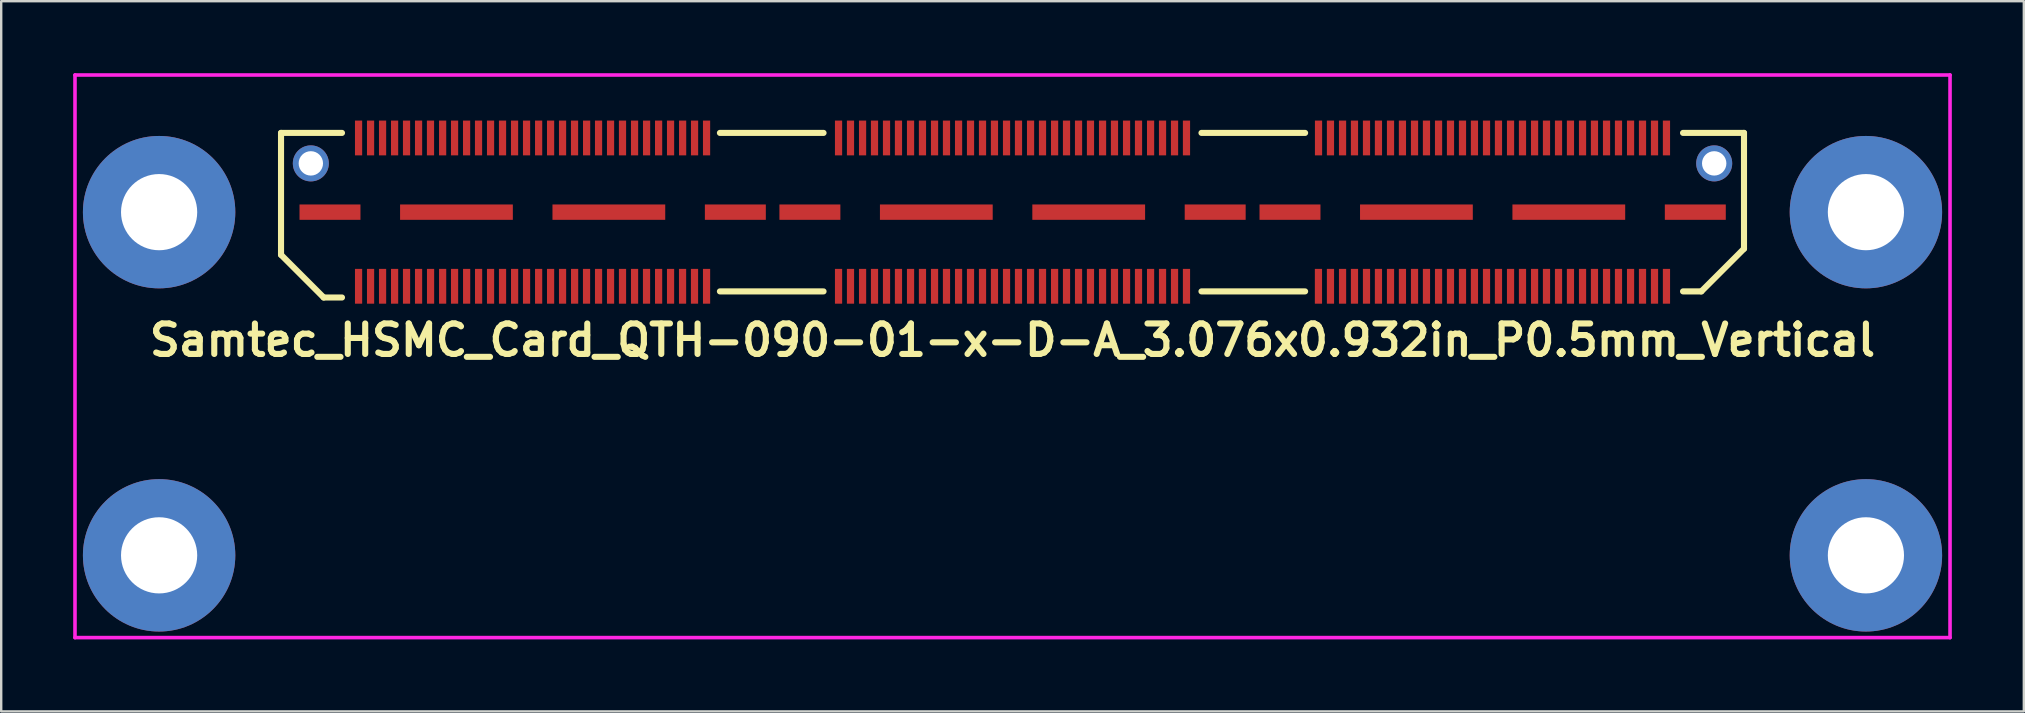
<source format=kicad_pcb>
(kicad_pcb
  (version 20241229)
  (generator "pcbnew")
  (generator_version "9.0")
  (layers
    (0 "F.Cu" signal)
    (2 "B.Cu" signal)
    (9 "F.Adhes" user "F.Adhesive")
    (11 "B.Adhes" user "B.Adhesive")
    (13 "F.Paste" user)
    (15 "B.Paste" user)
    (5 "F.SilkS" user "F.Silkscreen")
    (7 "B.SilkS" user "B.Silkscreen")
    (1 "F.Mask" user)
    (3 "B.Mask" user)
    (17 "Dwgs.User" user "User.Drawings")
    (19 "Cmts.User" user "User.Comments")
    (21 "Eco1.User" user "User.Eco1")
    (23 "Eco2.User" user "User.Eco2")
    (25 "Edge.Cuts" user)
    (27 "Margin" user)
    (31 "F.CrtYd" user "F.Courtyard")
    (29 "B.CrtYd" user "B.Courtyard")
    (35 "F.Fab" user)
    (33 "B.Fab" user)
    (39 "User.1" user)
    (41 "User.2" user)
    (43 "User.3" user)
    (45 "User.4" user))
  (footprint "Samtec_HSMC_Card_QTH-090-01-x-D-A_3.076x0.932in_P0.5mm_Vertical"
    (layer "F.Cu")
    (at 39.14 5.79)
    (property "Reference" "Samtec_HSMC_Card_QTH-090-01-x-D-A_3.076x0.932in_P0.5mm_Vertical" (at 0 5.334 0) (layer "F.SilkS") (effects (font (size 1.27 1.27) (thickness 0.254))))
    (attr smd)
    (fp_line (start -30.48 -3.302) (end -30.48 1.778) (stroke (width 0.254) (type solid)) (layer "F.SilkS"))
    (fp_line (start -30.48 1.778) (end -28.702 3.556) (stroke (width 0.254) (type solid)) (layer "F.SilkS"))
    (fp_line (start -28.702 3.556) (end -27.94 3.556) (stroke (width 0.254) (type solid)) (layer "F.SilkS"))
    (fp_line (start -27.94 -3.302) (end -30.48 -3.302) (stroke (width 0.254) (type solid)) (layer "F.SilkS"))
    (fp_line (start -12.192 3.302) (end -7.874 3.302) (stroke (width 0.254) (type solid)) (layer "F.SilkS"))
    (fp_line (start -7.874 -3.302) (end -12.192 -3.302) (stroke (width 0.254) (type solid)) (layer "F.SilkS"))
    (fp_line (start 7.874 3.302) (end 12.192 3.302) (stroke (width 0.254) (type solid)) (layer "F.SilkS"))
    (fp_line (start 12.192 -3.302) (end 7.874 -3.302) (stroke (width 0.254) (type solid)) (layer "F.SilkS"))
    (fp_line (start 27.94 -3.302) (end 30.48 -3.302) (stroke (width 0.254) (type solid)) (layer "F.SilkS"))
    (fp_line (start 27.94 3.302) (end 28.702 3.302) (stroke (width 0.254) (type solid)) (layer "F.SilkS"))
    (fp_line (start 28.702 3.302) (end 30.48 1.524) (stroke (width 0.254) (type solid)) (layer "F.SilkS"))
    (fp_line (start 30.48 -3.302) (end 30.48 1.524) (stroke (width 0.254) (type solid)) (layer "F.SilkS"))
    (fp_line (start -39.065 -5.715) (end -39.065 17.729) (stroke (width 0.15) (type solid)) (layer "F.CrtYd"))
    (fp_line (start -39.065 -5.715) (end 39.065 -5.715) (stroke (width 0.15) (type solid)) (layer "F.CrtYd"))
    (fp_line (start -39.065 17.729) (end 39.065 17.729) (stroke (width 0.15) (type solid)) (layer "F.CrtYd"))
    (fp_line (start 39.065 -5.715) (end 39.065 17.729) (stroke (width 0.15) (type solid)) (layer "F.CrtYd"))
    (pad "" np_thru_hole circle (at -35.56 0) (size 6.35 6.35) (drill 3.175) (layers "*.Cu" "*.Mask"))
    (pad "" np_thru_hole circle (at -35.56 14.3) (size 6.35 6.35) (drill 3.175) (layers "*.Cu" "*.Mask"))
    (pad "" np_thru_hole circle (at -29.238 -2.032) (size 1.501 1.501) (drill 1.016) (layers "*.Cu" "*.Mask"))
    (pad "" smd rect (at -26.249 -3.091) (size 0.3 1.45) (layers "F.Cu" "F.Mask" "F.Paste"))
    (pad "" smd rect (at -26.249 3.089) (size 0.3 1.45) (layers "F.Cu" "F.Mask" "F.Paste"))
    (pad "" smd rect (at -24.749 -3.091) (size 0.3 1.45) (layers "F.Cu" "F.Mask" "F.Paste"))
    (pad "" smd rect (at -24.749 3.089) (size 0.3 1.45) (layers "F.Cu" "F.Mask" "F.Paste"))
    (pad "" smd rect (at -23.249 -3.091) (size 0.3 1.45) (layers "F.Cu" "F.Mask" "F.Paste"))
    (pad "" smd rect (at -23.249 3.089) (size 0.3 1.45) (layers "F.Cu" "F.Mask" "F.Paste"))
    (pad "" smd rect (at -21.749 -3.091) (size 0.3 1.45) (layers "F.Cu" "F.Mask" "F.Paste"))
    (pad "" smd rect (at -21.749 3.089) (size 0.3 1.45) (layers "F.Cu" "F.Mask" "F.Paste"))
    (pad "" smd rect (at -20.249 -3.091) (size 0.3 1.45) (layers "F.Cu" "F.Mask" "F.Paste"))
    (pad "" smd rect (at -20.249 3.089) (size 0.3 1.45) (layers "F.Cu" "F.Mask" "F.Paste"))
    (pad "" smd rect (at -18.749 -3.091) (size 0.3 1.45) (layers "F.Cu" "F.Mask" "F.Paste"))
    (pad "" smd rect (at -18.749 3.089) (size 0.3 1.45) (layers "F.Cu" "F.Mask" "F.Paste"))
    (pad "" smd rect (at -17.249 -3.091) (size 0.3 1.45) (layers "F.Cu" "F.Mask" "F.Paste"))
    (pad "" smd rect (at -17.249 3.089) (size 0.3 1.45) (layers "F.Cu" "F.Mask" "F.Paste"))
    (pad "" smd rect (at -15.749 -3.091) (size 0.3 1.45) (layers "F.Cu" "F.Mask" "F.Paste"))
    (pad "" smd rect (at -15.749 3.089) (size 0.3 1.45) (layers "F.Cu" "F.Mask" "F.Paste"))
    (pad "" smd rect (at -14.249 -3.091) (size 0.3 1.45) (layers "F.Cu" "F.Mask" "F.Paste"))
    (pad "" smd rect (at -14.249 3.089) (size 0.3 1.45) (layers "F.Cu" "F.Mask" "F.Paste"))
    (pad "" smd rect (at -12.749 3.089) (size 0.3 1.45) (layers "F.Cu" "F.Mask" "F.Paste"))
    (pad "" smd rect (at -12.749 -3.091) (size 0.3 1.45) (layers "F.Cu" "F.Mask" "F.Paste"))
    (pad "" np_thru_hole circle (at 29.238 -2.032) (size 1.501 1.501) (drill 1.016) (layers "*.Cu" "*.Mask"))
    (pad "" np_thru_hole circle (at 35.56 0) (size 6.35 6.35) (drill 3.175) (layers "*.Cu" "*.Mask"))
    (pad "" np_thru_hole circle (at 35.56 14.3) (size 6.35 6.35) (drill 3.175) (layers "*.Cu" "*.Mask"))
    (pad "1" smd rect (at -27.249 -3.091) (size 0.3 1.45) (layers "F.Cu" "F.Mask" "F.Paste"))
    (pad "2" smd rect (at -27.249 3.089) (size 0.3 1.45) (layers "F.Cu" "F.Mask" "F.Paste"))
    (pad "3" smd rect (at -26.749 -3.091) (size 0.3 1.45) (layers "F.Cu" "F.Mask" "F.Paste"))
    (pad "4" smd rect (at -26.749 3.089) (size 0.3 1.45) (layers "F.Cu" "F.Mask" "F.Paste"))
    (pad "5" smd rect (at -25.748 -3.091) (size 0.3 1.45) (layers "F.Cu" "F.Mask" "F.Paste"))
    (pad "6" smd rect (at -25.748 3.089) (size 0.3 1.45) (layers "F.Cu" "F.Mask" "F.Paste"))
    (pad "7" smd rect (at -25.25 -3.091) (size 0.3 1.45) (layers "F.Cu" "F.Mask" "F.Paste"))
    (pad "8" smd rect (at -25.25 3.089) (size 0.3 1.45) (layers "F.Cu" "F.Mask" "F.Paste"))
    (pad "9" smd rect (at -24.252 -3.091) (size 0.3 1.45) (layers "F.Cu" "F.Mask" "F.Paste"))
    (pad "10" smd rect (at -24.249 3.089) (size 0.3 1.45) (layers "F.Cu" "F.Mask" "F.Paste"))
    (pad "11" smd rect (at -23.746 -3.091) (size 0.3 1.45) (layers "F.Cu" "F.Mask" "F.Paste"))
    (pad "12" smd rect (at -23.746 3.089) (size 0.3 1.45) (layers "F.Cu" "F.Mask" "F.Paste"))
    (pad "13" smd rect (at -22.748 -3.091) (size 0.3 1.45) (layers "F.Cu" "F.Mask" "F.Paste"))
    (pad "14" smd rect (at -22.746 3.089) (size 0.3 1.45) (layers "F.Cu" "F.Mask" "F.Paste"))
    (pad "15" smd rect (at -22.25 -3.091) (size 0.3 1.45) (layers "F.Cu" "F.Mask" "F.Paste"))
    (pad "16" smd rect (at -22.248 3.089) (size 0.3 1.45) (layers "F.Cu" "F.Mask" "F.Paste"))
    (pad "17" smd rect (at -21.25 -3.091) (size 0.3 1.45) (layers "F.Cu" "F.Mask" "F.Paste"))
    (pad "18" smd rect (at -21.25 3.089) (size 0.3 1.45) (layers "F.Cu" "F.Mask" "F.Paste"))
    (pad "19" smd rect (at -20.749 -3.091) (size 0.3 1.45) (layers "F.Cu" "F.Mask" "F.Paste"))
    (pad "20" smd rect (at -20.747 3.089) (size 0.3 1.45) (layers "F.Cu" "F.Mask" "F.Paste"))
    (pad "21" smd rect (at -19.746 -3.091) (size 0.3 1.45) (layers "F.Cu" "F.Mask" "F.Paste"))
    (pad "22" smd rect (at -19.746 3.089) (size 0.3 1.45) (layers "F.Cu" "F.Mask" "F.Paste"))
    (pad "23" smd rect (at -19.248 -3.091) (size 0.3 1.45) (layers "F.Cu" "F.Mask" "F.Paste"))
    (pad "24" smd rect (at -19.248 3.089) (size 0.3 1.45) (layers "F.Cu" "F.Mask" "F.Paste"))
    (pad "25" smd rect (at -18.25 -3.091) (size 0.3 1.45) (layers "F.Cu" "F.Mask" "F.Paste"))
    (pad "26" smd rect (at -18.247 3.089) (size 0.3 1.45) (layers "F.Cu" "F.Mask" "F.Paste"))
    (pad "27" smd rect (at -17.747 -3.091) (size 0.3 1.45) (layers "F.Cu" "F.Mask" "F.Paste"))
    (pad "28" smd rect (at -17.75 3.089) (size 0.3 1.45) (layers "F.Cu" "F.Mask" "F.Paste"))
    (pad "29" smd rect (at -16.749 -3.091) (size 0.3 1.45) (layers "F.Cu" "F.Mask" "F.Paste"))
    (pad "30" smd rect (at -16.749 3.089) (size 0.3 1.45) (layers "F.Cu" "F.Mask" "F.Paste"))
    (pad "31" smd rect (at -16.251 -3.091) (size 0.3 1.45) (layers "F.Cu" "F.Mask" "F.Paste"))
    (pad "32" smd rect (at -16.251 3.089) (size 0.3 1.45) (layers "F.Cu" "F.Mask" "F.Paste"))
    (pad "33" smd rect (at -15.248 -3.091) (size 0.3 1.45) (layers "F.Cu" "F.Mask" "F.Paste"))
    (pad "34" smd rect (at -15.25 3.089) (size 0.3 1.45) (layers "F.Cu" "F.Mask" "F.Paste"))
    (pad "35" smd rect (at -14.747 -3.091) (size 0.3 1.45) (layers "F.Cu" "F.Mask" "F.Paste"))
    (pad "36" smd rect (at -14.747 3.089) (size 0.3 1.45) (layers "F.Cu" "F.Mask" "F.Paste"))
    (pad "37" smd rect (at -13.746 -3.091) (size 0.3 1.45) (layers "F.Cu" "F.Mask" "F.Paste"))
    (pad "38" smd rect (at -13.749 3.089) (size 0.3 1.45) (layers "F.Cu" "F.Mask" "F.Paste"))
    (pad "39" smd rect (at -13.249 -3.091) (size 0.3 1.45) (layers "F.Cu" "F.Mask" "F.Paste"))
    (pad "40" smd rect (at -13.251 3.089) (size 0.3 1.45) (layers "F.Cu" "F.Mask" "F.Paste"))
    (pad "41" smd rect (at -7.249 -3.091) (size 0.3 1.45) (layers "F.Cu" "F.Mask" "F.Paste"))
    (pad "42" smd rect (at -7.249 3.089) (size 0.3 1.45) (layers "F.Cu" "F.Mask" "F.Paste"))
    (pad "43" smd rect (at -6.751 -3.091) (size 0.3 1.45) (layers "F.Cu" "F.Mask" "F.Paste"))
    (pad "44" smd rect (at -6.751 3.089) (size 0.3 1.45) (layers "F.Cu" "F.Mask" "F.Paste"))
    (pad "45" smd rect (at -6.248 -3.091) (size 0.3 1.45) (layers "F.Cu" "F.Mask" "F.Paste"))
    (pad "46" smd rect (at -6.248 3.089) (size 0.3 1.45) (layers "F.Cu" "F.Mask" "F.Paste"))
    (pad "47" smd rect (at -5.751 -3.091) (size 0.3 1.45) (layers "F.Cu" "F.Mask" "F.Paste"))
    (pad "48" smd rect (at -5.751 3.089) (size 0.3 1.45) (layers "F.Cu" "F.Mask" "F.Paste"))
    (pad "49" smd rect (at -5.25 -3.091) (size 0.3 1.45) (layers "F.Cu" "F.Mask" "F.Paste"))
    (pad "50" smd rect (at -5.25 3.089) (size 0.3 1.45) (layers "F.Cu" "F.Mask" "F.Paste"))
    (pad "51" smd rect (at -4.752 -3.091) (size 0.3 1.45) (layers "F.Cu" "F.Mask" "F.Paste"))
    (pad "52" smd rect (at -4.752 3.089) (size 0.3 1.45) (layers "F.Cu" "F.Mask" "F.Paste"))
    (pad "53" smd rect (at -4.249 -3.091) (size 0.3 1.45) (layers "F.Cu" "F.Mask" "F.Paste"))
    (pad "54" smd rect (at -4.249 3.089) (size 0.3 1.45) (layers "F.Cu" "F.Mask" "F.Paste"))
    (pad "55" smd rect (at -3.752 -3.091) (size 0.3 1.45) (layers "F.Cu" "F.Mask" "F.Paste"))
    (pad "56" smd rect (at -3.752 3.089) (size 0.3 1.45) (layers "F.Cu" "F.Mask" "F.Paste"))
    (pad "57" smd rect (at -3.249 -3.091) (size 0.3 1.45) (layers "F.Cu" "F.Mask" "F.Paste"))
    (pad "58" smd rect (at -3.249 3.089) (size 0.3 1.45) (layers "F.Cu" "F.Mask" "F.Paste"))
    (pad "59" smd rect (at -2.751 -3.091) (size 0.3 1.45) (layers "F.Cu" "F.Mask" "F.Paste"))
    (pad "60" smd rect (at -2.751 3.089) (size 0.3 1.45) (layers "F.Cu" "F.Mask" "F.Paste"))
    (pad "61" smd rect (at -2.248 -3.091) (size 0.3 1.45) (layers "F.Cu" "F.Mask" "F.Paste"))
    (pad "62" smd rect (at -2.248 3.089) (size 0.3 1.45) (layers "F.Cu" "F.Mask" "F.Paste"))
    (pad "63" smd rect (at -1.75 -3.091) (size 0.3 1.45) (layers "F.Cu" "F.Mask" "F.Paste"))
    (pad "64" smd rect (at -1.75 3.089) (size 0.3 1.45) (layers "F.Cu" "F.Mask" "F.Paste"))
    (pad "65" smd rect (at -1.25 -3.091) (size 0.3 1.45) (layers "F.Cu" "F.Mask" "F.Paste"))
    (pad "66" smd rect (at -1.25 3.089) (size 0.3 1.45) (layers "F.Cu" "F.Mask" "F.Paste"))
    (pad "67" smd rect (at -0.752 -3.091) (size 0.3 1.45) (layers "F.Cu" "F.Mask" "F.Paste"))
    (pad "68" smd rect (at -0.752 3.089) (size 0.3 1.45) (layers "F.Cu" "F.Mask" "F.Paste"))
    (pad "69" smd rect (at -0.249 -3.091) (size 0.3 1.45) (layers "F.Cu" "F.Mask" "F.Paste"))
    (pad "70" smd rect (at -0.249 3.089) (size 0.3 1.45) (layers "F.Cu" "F.Mask" "F.Paste"))
    (pad "71" smd rect (at 0.249 -3.091) (size 0.3 1.45) (layers "F.Cu" "F.Mask" "F.Paste"))
    (pad "72" smd rect (at 0.249 3.089) (size 0.3 1.45) (layers "F.Cu" "F.Mask" "F.Paste"))
    (pad "73" smd rect (at 0.752 -3.091) (size 0.3 1.45) (layers "F.Cu" "F.Mask" "F.Paste"))
    (pad "74" smd rect (at 0.752 3.089) (size 0.3 1.45) (layers "F.Cu" "F.Mask" "F.Paste"))
    (pad "75" smd rect (at 1.25 -3.091) (size 0.3 1.45) (layers "F.Cu" "F.Mask" "F.Paste"))
    (pad "76" smd rect (at 1.25 3.089) (size 0.3 1.45) (layers "F.Cu" "F.Mask" "F.Paste"))
    (pad "77" smd rect (at 1.753 -3.091) (size 0.3 1.45) (layers "F.Cu" "F.Mask" "F.Paste"))
    (pad "78" smd rect (at 1.753 3.089) (size 0.3 1.45) (layers "F.Cu" "F.Mask" "F.Paste"))
    (pad "79" smd rect (at 2.25 -3.091) (size 0.3 1.45) (layers "F.Cu" "F.Mask" "F.Paste"))
    (pad "80" smd rect (at 2.25 3.089) (size 0.3 1.45) (layers "F.Cu" "F.Mask" "F.Paste"))
    (pad "81" smd rect (at 2.751 -3.091) (size 0.3 1.45) (layers "F.Cu" "F.Mask" "F.Paste"))
    (pad "82" smd rect (at 2.751 3.089) (size 0.3 1.45) (layers "F.Cu" "F.Mask" "F.Paste"))
    (pad "83" smd rect (at 3.249 -3.091) (size 0.3 1.45) (layers "F.Cu" "F.Mask" "F.Paste"))
    (pad "84" smd rect (at 3.249 3.089) (size 0.3 1.45) (layers "F.Cu" "F.Mask" "F.Paste"))
    (pad "85" smd rect (at 3.752 -3.091) (size 0.3 1.45) (layers "F.Cu" "F.Mask" "F.Paste"))
    (pad "86" smd rect (at 3.752 3.089) (size 0.3 1.45) (layers "F.Cu" "F.Mask" "F.Paste"))
    (pad "87" smd rect (at 4.249 -3.091) (size 0.3 1.45) (layers "F.Cu" "F.Mask" "F.Paste"))
    (pad "88" smd rect (at 4.249 3.089) (size 0.3 1.45) (layers "F.Cu" "F.Mask" "F.Paste"))
    (pad "89" smd rect (at 4.752 -3.091) (size 0.3 1.45) (layers "F.Cu" "F.Mask" "F.Paste"))
    (pad "90" smd rect (at 4.752 3.089) (size 0.3 1.45) (layers "F.Cu" "F.Mask" "F.Paste"))
    (pad "91" smd rect (at 5.25 -3.091) (size 0.3 1.45) (layers "F.Cu" "F.Mask" "F.Paste"))
    (pad "92" smd rect (at 5.25 3.089) (size 0.3 1.45) (layers "F.Cu" "F.Mask" "F.Paste"))
    (pad "93" smd rect (at 5.753 -3.091) (size 0.3 1.45) (layers "F.Cu" "F.Mask" "F.Paste"))
    (pad "94" smd rect (at 5.753 3.089) (size 0.3 1.45) (layers "F.Cu" "F.Mask" "F.Paste"))
    (pad "95" smd rect (at 6.251 -3.091) (size 0.3 1.45) (layers "F.Cu" "F.Mask" "F.Paste"))
    (pad "96" smd rect (at 6.251 3.089) (size 0.3 1.45) (layers "F.Cu" "F.Mask" "F.Paste"))
    (pad "97" smd rect (at 6.751 -3.091) (size 0.3 1.45) (layers "F.Cu" "F.Mask" "F.Paste"))
    (pad "98" smd rect (at 6.751 3.089) (size 0.3 1.45) (layers "F.Cu" "F.Mask" "F.Paste"))
    (pad "99" smd rect (at 7.249 -3.091) (size 0.3 1.45) (layers "F.Cu" "F.Mask" "F.Paste"))
    (pad "100" smd rect (at 7.249 3.089) (size 0.3 1.45) (layers "F.Cu" "F.Mask" "F.Paste"))
    (pad "101" smd rect (at 12.751 -3.091) (size 0.3 1.45) (layers "F.Cu" "F.Mask" "F.Paste"))
    (pad "102" smd rect (at 12.748 3.089) (size 0.3 1.45) (layers "F.Cu" "F.Mask" "F.Paste"))
    (pad "103" smd rect (at 13.249 -3.091) (size 0.3 1.45) (layers "F.Cu" "F.Mask" "F.Paste"))
    (pad "104" smd rect (at 13.249 3.089) (size 0.3 1.45) (layers "F.Cu" "F.Mask" "F.Paste"))
    (pad "105" smd rect (at 13.752 -3.091) (size 0.3 1.45) (layers "F.Cu" "F.Mask" "F.Paste"))
    (pad "106" smd rect (at 13.752 3.089) (size 0.3 1.45) (layers "F.Cu" "F.Mask" "F.Paste"))
    (pad "107" smd rect (at 14.249 -3.091) (size 0.3 1.45) (layers "F.Cu" "F.Mask" "F.Paste"))
    (pad "108" smd rect (at 14.249 3.089) (size 0.3 1.45) (layers "F.Cu" "F.Mask" "F.Paste"))
    (pad "109" smd rect (at 14.75 -3.091) (size 0.3 1.45) (layers "F.Cu" "F.Mask" "F.Paste"))
    (pad "110" smd rect (at 14.75 3.089) (size 0.3 1.45) (layers "F.Cu" "F.Mask" "F.Paste"))
    (pad "111" smd rect (at 15.248 -3.091) (size 0.3 1.45) (layers "F.Cu" "F.Mask" "F.Paste"))
    (pad "112" smd rect (at 15.248 3.089) (size 0.3 1.45) (layers "F.Cu" "F.Mask" "F.Paste"))
    (pad "113" smd rect (at 15.751 -3.091) (size 0.3 1.45) (layers "F.Cu" "F.Mask" "F.Paste"))
    (pad "114" smd rect (at 15.751 3.089) (size 0.3 1.45) (layers "F.Cu" "F.Mask" "F.Paste"))
    (pad "115" smd rect (at 16.248 -3.091) (size 0.3 1.45) (layers "F.Cu" "F.Mask" "F.Paste"))
    (pad "116" smd rect (at 16.248 3.089) (size 0.3 1.45) (layers "F.Cu" "F.Mask" "F.Paste"))
    (pad "117" smd rect (at 16.751 -3.091) (size 0.3 1.45) (layers "F.Cu" "F.Mask" "F.Paste"))
    (pad "118" smd rect (at 16.751 3.089) (size 0.3 1.45) (layers "F.Cu" "F.Mask" "F.Paste"))
    (pad "119" smd rect (at 17.249 -3.091) (size 0.3 1.45) (layers "F.Cu" "F.Mask" "F.Paste"))
    (pad "120" smd rect (at 17.249 3.089) (size 0.3 1.45) (layers "F.Cu" "F.Mask" "F.Paste"))
    (pad "121" smd rect (at 17.752 -3.091) (size 0.3 1.45) (layers "F.Cu" "F.Mask" "F.Paste"))
    (pad "122" smd rect (at 17.752 3.089) (size 0.3 1.45) (layers "F.Cu" "F.Mask" "F.Paste"))
    (pad "123" smd rect (at 18.25 -3.091) (size 0.3 1.45) (layers "F.Cu" "F.Mask" "F.Paste"))
    (pad "124" smd rect (at 18.25 3.089) (size 0.3 1.45) (layers "F.Cu" "F.Mask" "F.Paste"))
    (pad "125" smd rect (at 18.75 -3.091) (size 0.3 1.45) (layers "F.Cu" "F.Mask" "F.Paste"))
    (pad "126" smd rect (at 18.75 3.089) (size 0.3 1.45) (layers "F.Cu" "F.Mask" "F.Paste"))
    (pad "127" smd rect (at 19.248 -3.091) (size 0.3 1.45) (layers "F.Cu" "F.Mask" "F.Paste"))
    (pad "128" smd rect (at 19.248 3.089) (size 0.3 1.45) (layers "F.Cu" "F.Mask" "F.Paste"))
    (pad "129" smd rect (at 19.751 -3.091) (size 0.3 1.45) (layers "F.Cu" "F.Mask" "F.Paste"))
    (pad "130" smd rect (at 19.751 3.089) (size 0.3 1.45) (layers "F.Cu" "F.Mask" "F.Paste"))
    (pad "131" smd rect (at 20.249 -3.091) (size 0.3 1.45) (layers "F.Cu" "F.Mask" "F.Paste"))
    (pad "132" smd rect (at 20.249 3.089) (size 0.3 1.45) (layers "F.Cu" "F.Mask" "F.Paste"))
    (pad "133" smd rect (at 20.752 -3.091) (size 0.3 1.45) (layers "F.Cu" "F.Mask" "F.Paste"))
    (pad "134" smd rect (at 20.752 3.089) (size 0.3 1.45) (layers "F.Cu" "F.Mask" "F.Paste"))
    (pad "135" smd rect (at 21.25 -3.091) (size 0.3 1.45) (layers "F.Cu" "F.Mask" "F.Paste"))
    (pad "136" smd rect (at 21.25 3.089) (size 0.3 1.45) (layers "F.Cu" "F.Mask" "F.Paste"))
    (pad "137" smd rect (at 21.753 -3.091) (size 0.3 1.45) (layers "F.Cu" "F.Mask" "F.Paste"))
    (pad "138" smd rect (at 21.753 3.089) (size 0.3 1.45) (layers "F.Cu" "F.Mask" "F.Paste"))
    (pad "139" smd rect (at 22.25 -3.091) (size 0.3 1.45) (layers "F.Cu" "F.Mask" "F.Paste"))
    (pad "140" smd rect (at 22.25 3.089) (size 0.3 1.45) (layers "F.Cu" "F.Mask" "F.Paste"))
    (pad "141" smd rect (at 22.751 -3.091) (size 0.3 1.45) (layers "F.Cu" "F.Mask" "F.Paste"))
    (pad "142" smd rect (at 22.751 3.089) (size 0.3 1.45) (layers "F.Cu" "F.Mask" "F.Paste"))
    (pad "143" smd rect (at 23.249 -3.091) (size 0.3 1.45) (layers "F.Cu" "F.Mask" "F.Paste"))
    (pad "144" smd rect (at 23.249 3.089) (size 0.3 1.45) (layers "F.Cu" "F.Mask" "F.Paste"))
    (pad "145" smd rect (at 23.752 -3.091) (size 0.3 1.45) (layers "F.Cu" "F.Mask" "F.Paste"))
    (pad "146" smd rect (at 23.752 3.089) (size 0.3 1.45) (layers "F.Cu" "F.Mask" "F.Paste"))
    (pad "147" smd rect (at 24.249 -3.091) (size 0.3 1.45) (layers "F.Cu" "F.Mask" "F.Paste"))
    (pad "148" smd rect (at 24.249 3.089) (size 0.3 1.45) (layers "F.Cu" "F.Mask" "F.Paste"))
    (pad "149" smd rect (at 24.752 -3.091) (size 0.3 1.45) (layers "F.Cu" "F.Mask" "F.Paste"))
    (pad "150" smd rect (at 24.752 3.089) (size 0.3 1.45) (layers "F.Cu" "F.Mask" "F.Paste"))
    (pad "151" smd rect (at 25.25 -3.091) (size 0.3 1.45) (layers "F.Cu" "F.Mask" "F.Paste"))
    (pad "152" smd rect (at 25.25 3.089) (size 0.3 1.45) (layers "F.Cu" "F.Mask" "F.Paste"))
    (pad "153" smd rect (at 25.753 -3.091) (size 0.3 1.45) (layers "F.Cu" "F.Mask" "F.Paste"))
    (pad "154" smd rect (at 25.753 3.089) (size 0.3 1.45) (layers "F.Cu" "F.Mask" "F.Paste"))
    (pad "155" smd rect (at 26.251 -3.091) (size 0.3 1.45) (layers "F.Cu" "F.Mask" "F.Paste"))
    (pad "156" smd rect (at 26.251 3.089) (size 0.3 1.45) (layers "F.Cu" "F.Mask" "F.Paste"))
    (pad "157" smd rect (at 26.751 -3.091) (size 0.3 1.45) (layers "F.Cu" "F.Mask" "F.Paste"))
    (pad "158" smd rect (at 26.751 3.089) (size 0.3 1.45) (layers "F.Cu" "F.Mask" "F.Paste"))
    (pad "159" smd rect (at 27.249 -3.091) (size 0.3 1.45) (layers "F.Cu" "F.Mask" "F.Paste"))
    (pad "160" smd rect (at 27.249 3.089) (size 0.3 1.45) (layers "F.Cu" "F.Mask" "F.Paste"))
    (pad "161" smd rect (at -28.44 0) (size 2.54 0.64) (layers "F.Cu" "F.Mask" "F.Paste"))
    (pad "162" smd rect (at -23.17 0) (size 4.699 0.64) (layers "F.Cu" "F.Mask" "F.Paste"))
    (pad "163" smd rect (at -16.82 0) (size 4.699 0.64) (layers "F.Cu" "F.Mask" "F.Paste"))
    (pad "164" smd rect (at -11.549 0) (size 2.54 0.64) (layers "F.Cu" "F.Mask" "F.Paste"))
    (pad "165" smd rect (at -8.443 0) (size 2.54 0.64) (layers "F.Cu" "F.Mask" "F.Paste"))
    (pad "166" smd rect (at -3.175 0) (size 4.699 0.64) (layers "F.Cu" "F.Mask" "F.Paste"))
    (pad "167" smd rect (at 3.175 0) (size 4.699 0.64) (layers "F.Cu" "F.Mask" "F.Paste"))
    (pad "168" smd rect (at 8.445 0) (size 2.54 0.64) (layers "F.Cu" "F.Mask" "F.Paste"))
    (pad "169" smd rect (at 11.562 0) (size 2.54 0.64) (layers "F.Cu" "F.Mask" "F.Paste"))
    (pad "170" smd rect (at 16.83 0) (size 4.699 0.64) (layers "F.Cu" "F.Mask" "F.Paste"))
    (pad "171" smd rect (at 23.18 0) (size 4.699 0.64) (layers "F.Cu" "F.Mask" "F.Paste"))
    (pad "172" smd rect (at 28.451 0) (size 2.54 0.64) (layers "F.Cu" "F.Mask" "F.Paste")))
  (gr_rect
    (start -3 -3)
    (end 81.28 26.594)
    (stroke (width 0.1) (type default))
    (fill no)
    (layer "Edge.Cuts")))
</source>
